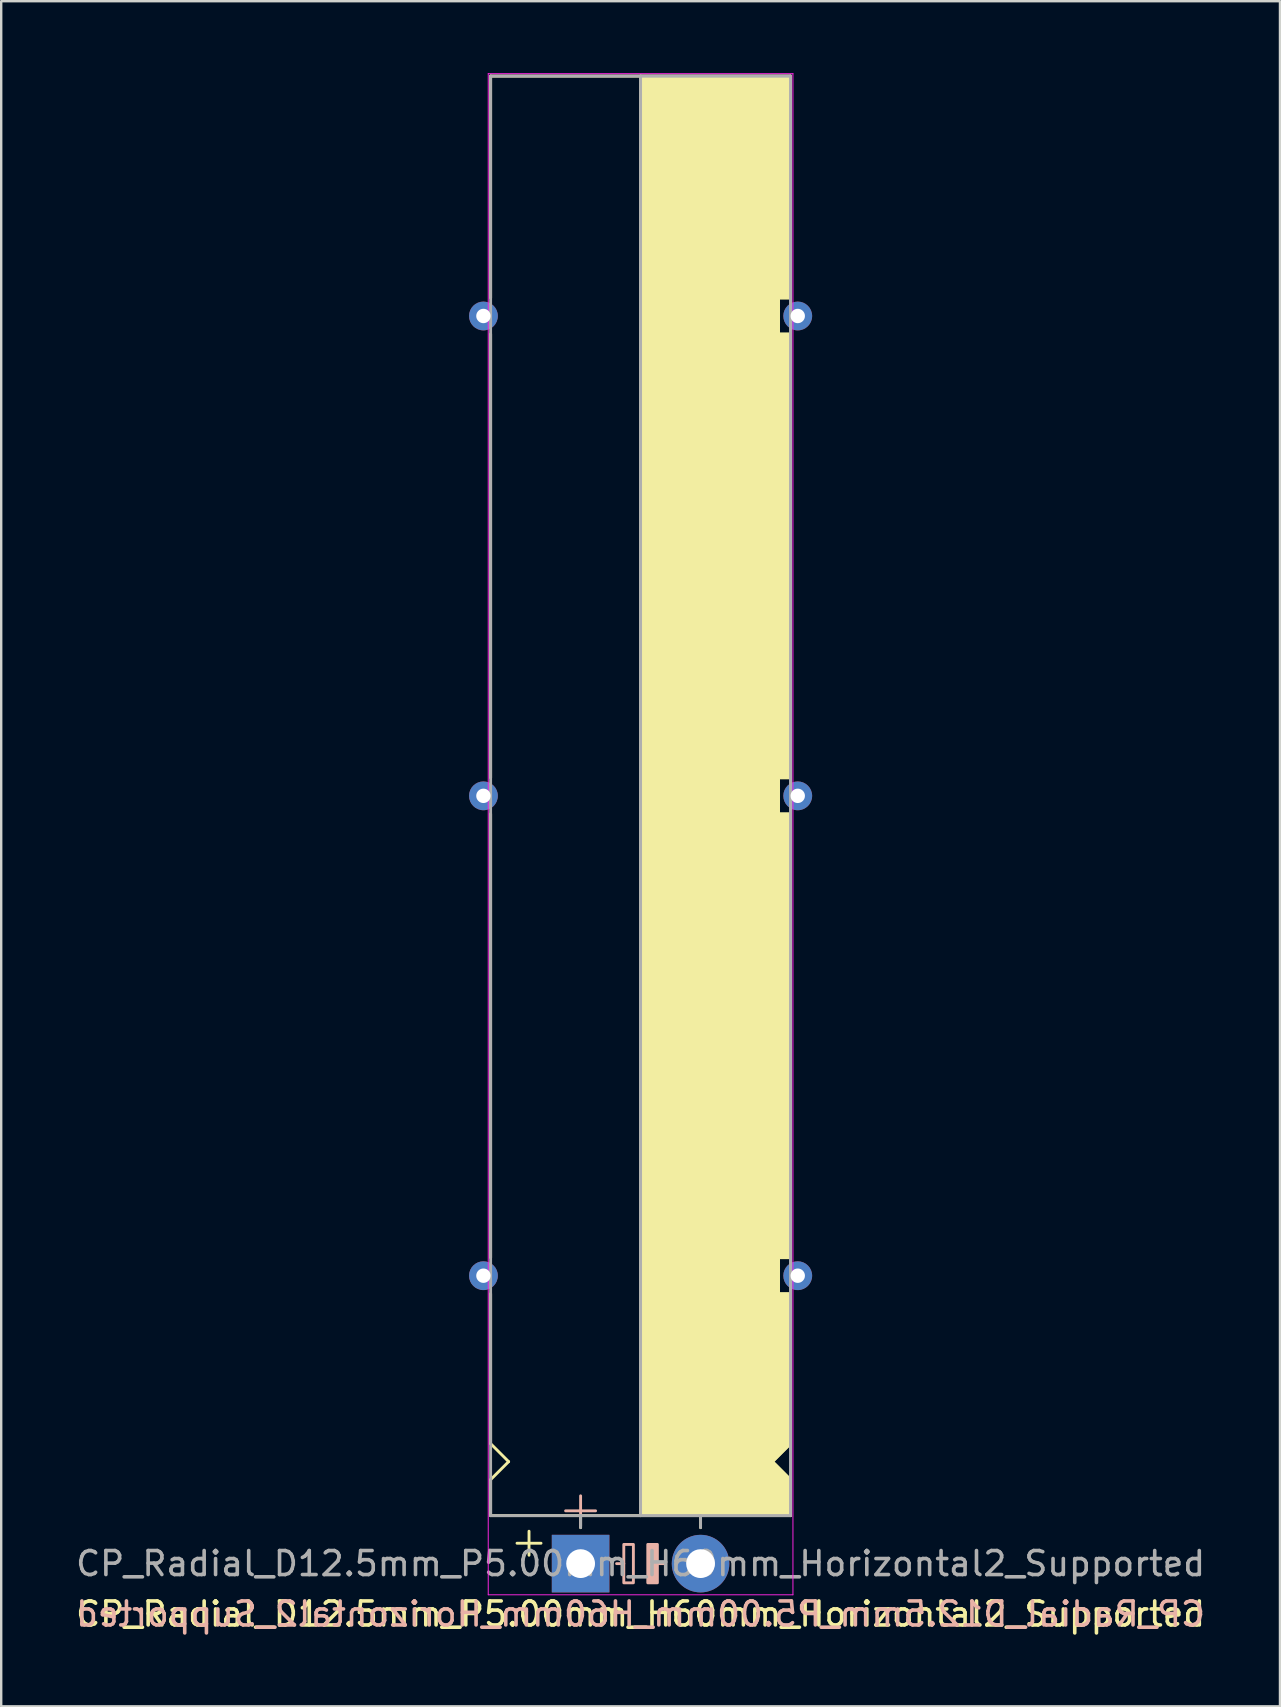
<source format=kicad_pcb>
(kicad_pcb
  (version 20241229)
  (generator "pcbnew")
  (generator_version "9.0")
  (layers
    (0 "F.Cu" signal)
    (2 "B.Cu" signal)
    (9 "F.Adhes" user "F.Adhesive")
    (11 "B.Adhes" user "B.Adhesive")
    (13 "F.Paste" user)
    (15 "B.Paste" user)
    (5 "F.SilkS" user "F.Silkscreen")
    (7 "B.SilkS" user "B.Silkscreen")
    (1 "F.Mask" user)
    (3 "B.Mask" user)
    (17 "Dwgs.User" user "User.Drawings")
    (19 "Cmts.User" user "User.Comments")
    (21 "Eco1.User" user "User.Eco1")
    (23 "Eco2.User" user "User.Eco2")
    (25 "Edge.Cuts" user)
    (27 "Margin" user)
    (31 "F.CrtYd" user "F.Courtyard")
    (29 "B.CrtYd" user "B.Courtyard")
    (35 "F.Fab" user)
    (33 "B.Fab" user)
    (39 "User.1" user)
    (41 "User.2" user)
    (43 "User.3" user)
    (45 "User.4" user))
  (footprint "CP_Radial_D12.5mm_P5.00mm_H60mm_Horizontal2_Supported"
    (layer "F.Cu")
    (at 21.149 62.12)
    (property "Reference" "CP_Radial_D12.5mm_P5.00mm_H60mm_Horizontal2_Supported" (at 2.5 2.1 180) (layer "F.SilkS") (effects (font (size 1 1) (thickness 0.15))))
    (fp_line (start -3.75 -62) (end -3.75 -52.75) (stroke (width 0.12) (type solid)) (layer "F.SilkS"))
    (fp_line (start -3.75 -32.75) (end -3.75 -51.25) (stroke (width 0.12) (type solid)) (layer "F.SilkS"))
    (fp_line (start -3.75 -12.75) (end -3.75 -31.25) (stroke (width 0.12) (type solid)) (layer "F.SilkS"))
    (fp_line (start -3.75 -5) (end -3.75 -11.25) (stroke (width 0.12) (type solid)) (layer "F.SilkS"))
    (fp_line (start -3.75 -3.5) (end -3 -4.25) (stroke (width 0.12) (type solid)) (layer "F.SilkS"))
    (fp_line (start -3.75 -2) (end -3.75 -3.5) (stroke (width 0.12) (type solid)) (layer "F.SilkS"))
    (fp_line (start -3 -4.25) (end -3.75 -5) (stroke (width 0.12) (type solid)) (layer "F.SilkS"))
    (fp_line (start -2.15 -1.35) (end -2.15 -0.35) (stroke (width 0.12) (type solid)) (layer "F.SilkS"))
    (fp_line (start -1.65 -0.85) (end -2.65 -0.85) (stroke (width 0.12) (type solid)) (layer "F.SilkS"))
    (fp_line (start 0 -1.5) (end 0 -2) (stroke (width 0.12) (type solid)) (layer "F.SilkS"))
    (fp_line (start 2.5 -2) (end -3.75 -2) (stroke (width 0.12) (type solid)) (layer "F.SilkS"))
    (fp_line (start 2.5 -2) (end 2.5 -62) (stroke (width 0.12) (type solid)) (layer "F.SilkS"))
    (fp_line (start 2.5 -2) (end 8.75 -2) (stroke (width 0.12) (type solid)) (layer "F.SilkS"))
    (fp_line (start 5 -1.5) (end 5 -2) (stroke (width 0.12) (type solid)) (layer "F.SilkS"))
    (fp_line (start 8 -4.25) (end 8.75 -5) (stroke (width 0.12) (type solid)) (layer "F.SilkS"))
    (fp_line (start 8.25 -52.75) (end 8.25 -51.25) (stroke (width 0.12) (type solid)) (layer "F.SilkS"))
    (fp_line (start 8.25 -51.25) (end 8.75 -51.25) (stroke (width 0.12) (type solid)) (layer "F.SilkS"))
    (fp_line (start 8.25 -32.75) (end 8.25 -31.25) (stroke (width 0.12) (type solid)) (layer "F.SilkS"))
    (fp_line (start 8.25 -31.25) (end 8.75 -31.25) (stroke (width 0.12) (type solid)) (layer "F.SilkS"))
    (fp_line (start 8.25 -12.75) (end 8.25 -11.25) (stroke (width 0.12) (type solid)) (layer "F.SilkS"))
    (fp_line (start 8.25 -11.25) (end 8.75 -11.25) (stroke (width 0.12) (type solid)) (layer "F.SilkS"))
    (fp_line (start 8.75 -62) (end -3.75 -62) (stroke (width 0.12) (type solid)) (layer "F.SilkS"))
    (fp_line (start 8.75 -62) (end 8.75 -52.75) (stroke (width 0.12) (type solid)) (layer "F.SilkS"))
    (fp_line (start 8.75 -52.75) (end 8.25 -52.75) (stroke (width 0.12) (type solid)) (layer "F.SilkS"))
    (fp_line (start 8.75 -51.25) (end 8.75 -32.75) (stroke (width 0.12) (type solid)) (layer "F.SilkS"))
    (fp_line (start 8.75 -32.75) (end 8.25 -32.75) (stroke (width 0.12) (type solid)) (layer "F.SilkS"))
    (fp_line (start 8.75 -12.75) (end 8.25 -12.75) (stroke (width 0.12) (type solid)) (layer "F.SilkS"))
    (fp_line (start 8.75 -12.75) (end 8.75 -31.25) (stroke (width 0.12) (type solid)) (layer "F.SilkS"))
    (fp_line (start 8.75 -5) (end 8.75 -11.25) (stroke (width 0.12) (type solid)) (layer "F.SilkS"))
    (fp_line (start 8.75 -3.5) (end 8 -4.25) (stroke (width 0.12) (type solid)) (layer "F.SilkS"))
    (fp_line (start 8.75 -2) (end 8.75 -3.5) (stroke (width 0.12) (type solid)) (layer "F.SilkS"))
    (fp_poly (pts (xy 8.75 -3.5) (xy 8 -4.25) (xy 8.75 -5) (xy 8.75 -11.25) (xy 8.25 -11.25) (xy 8.25 -12.75) (xy 8.75 -12.75) (xy 8.75 -31.25) (xy 8.25 -31.25) (xy 8.25 -32.75) (xy 8.75 -32.75) (xy 8.75 -51.25) (xy 8.25 -51.25) (xy 8.25 -52.75) (xy 8.75 -52.75) (xy 8.75 -62) (xy 2.5 -62) (xy 2.5 -2) (xy 8.75 -2)) (stroke (width 0.1) (type solid)) (fill yes) (layer "F.SilkS"))
    (fp_line (start 0 -2.825) (end 0 -1.575) (stroke (width 0.12) (type solid)) (layer "B.SilkS"))
    (fp_line (start 0.625 -2.2) (end -0.625 -2.2) (stroke (width 0.12) (type solid)) (layer "B.SilkS"))
    (fp_line (start 1.8 0) (end 1.5 0) (stroke (width 0.12) (type solid)) (layer "B.SilkS"))
    (fp_line (start 3.5 0) (end 3.2 0) (stroke (width 0.12) (type solid)) (layer "B.SilkS"))
    (fp_rect (start 2.2 -0.8) (end 1.8 0.8) (stroke (width 0.12) (type solid)) (fill no) (layer "B.SilkS"))
    (fp_rect (start 3.2 -0.8) (end 2.8 0.8) (stroke (width 0.12) (type solid)) (fill yes) (layer "B.SilkS"))
    (fp_line (start -3.85 -62.1) (end -3.85 1.3) (stroke (width 0.04) (type solid)) (layer "F.CrtYd"))
    (fp_line (start 8.85 -62.1) (end -3.85 -62.1) (stroke (width 0.04) (type solid)) (layer "F.CrtYd"))
    (fp_line (start 8.85 1.3) (end -3.85 1.3) (stroke (width 0.04) (type solid)) (layer "F.CrtYd"))
    (fp_line (start 8.85 1.3) (end 8.85 -62.1) (stroke (width 0.04) (type solid)) (layer "F.CrtYd"))
    (fp_line (start -3.75 -62) (end 8.75 -62) (stroke (width 0.12) (type solid)) (layer "F.Fab"))
    (fp_line (start -3.75 -2) (end -3.75 -62) (stroke (width 0.12) (type solid)) (layer "F.Fab"))
    (fp_line (start 0 -2) (end -3.75 -2) (stroke (width 0.12) (type solid)) (layer "F.Fab"))
    (fp_line (start 0 -1.5) (end 0 -2) (stroke (width 0.12) (type solid)) (layer "F.Fab"))
    (fp_line (start 2.5 -2) (end 2.5 -62) (stroke (width 0.12) (type solid)) (layer "F.Fab"))
    (fp_line (start 5 -2) (end 5 -1.5) (stroke (width 0.12) (type solid)) (layer "F.Fab"))
    (fp_line (start 8.75 -62) (end 8.75 -2) (stroke (width 0.12) (type solid)) (layer "F.Fab"))
    (fp_line (start 8.75 -2) (end 0 -2) (stroke (width 0.12) (type solid)) (layer "F.Fab"))
    (fp_poly (pts (xy 8.75 -62) (xy 2.5 -62) (xy 2.5 -2) (xy 8.75 -2)) (stroke (width 0.1) (type solid)) (fill no) (layer "F.Fab"))
    (fp_text user "${REFERENCE}" (at 2.5 2.1 0) (layer "B.SilkS") (effects (font (size 1 1) (thickness 0.15)) (justify mirror)))
    (fp_text user "${REFERENCE}" (at 2.5 0 0) (layer "F.Fab") (effects (font (size 1 1) (thickness 0.15))))
    (pad "1" thru_hole rect (at 0 0) (size 2.4 2.4) (drill 1.2) (layers "*.Cu" "*.Mask"))
    (pad "2" thru_hole circle (at 5 0) (size 2.4 2.4) (drill 1.2) (layers "*.Cu" "*.Mask"))
    (pad "~" thru_hole circle (at -4.05 -52 180) (size 1.2 1.2) (drill 0.6) (layers "*.Cu" "*.Mask"))
    (pad "~" thru_hole circle (at -4.05 -32 180) (size 1.2 1.2) (drill 0.6) (layers "*.Cu" "*.Mask"))
    (pad "~" thru_hole circle (at -4.05 -12 180) (size 1.2 1.2) (drill 0.6) (layers "*.Cu" "*.Mask"))
    (pad "~" thru_hole circle (at 9.05 -52 180) (size 1.2 1.2) (drill 0.6) (layers "*.Cu" "*.Mask"))
    (pad "~" thru_hole circle (at 9.05 -32 180) (size 1.2 1.2) (drill 0.6) (layers "*.Cu" "*.Mask"))
    (pad "~" thru_hole circle (at 9.05 -12 180) (size 1.2 1.2) (drill 0.6) (layers "*.Cu" "*.Mask")))
  (gr_rect
    (start -3 -3)
    (end 50.298 68.068)
    (stroke (width 0.1) (type default))
    (fill no)
    (layer "Edge.Cuts")))
</source>
